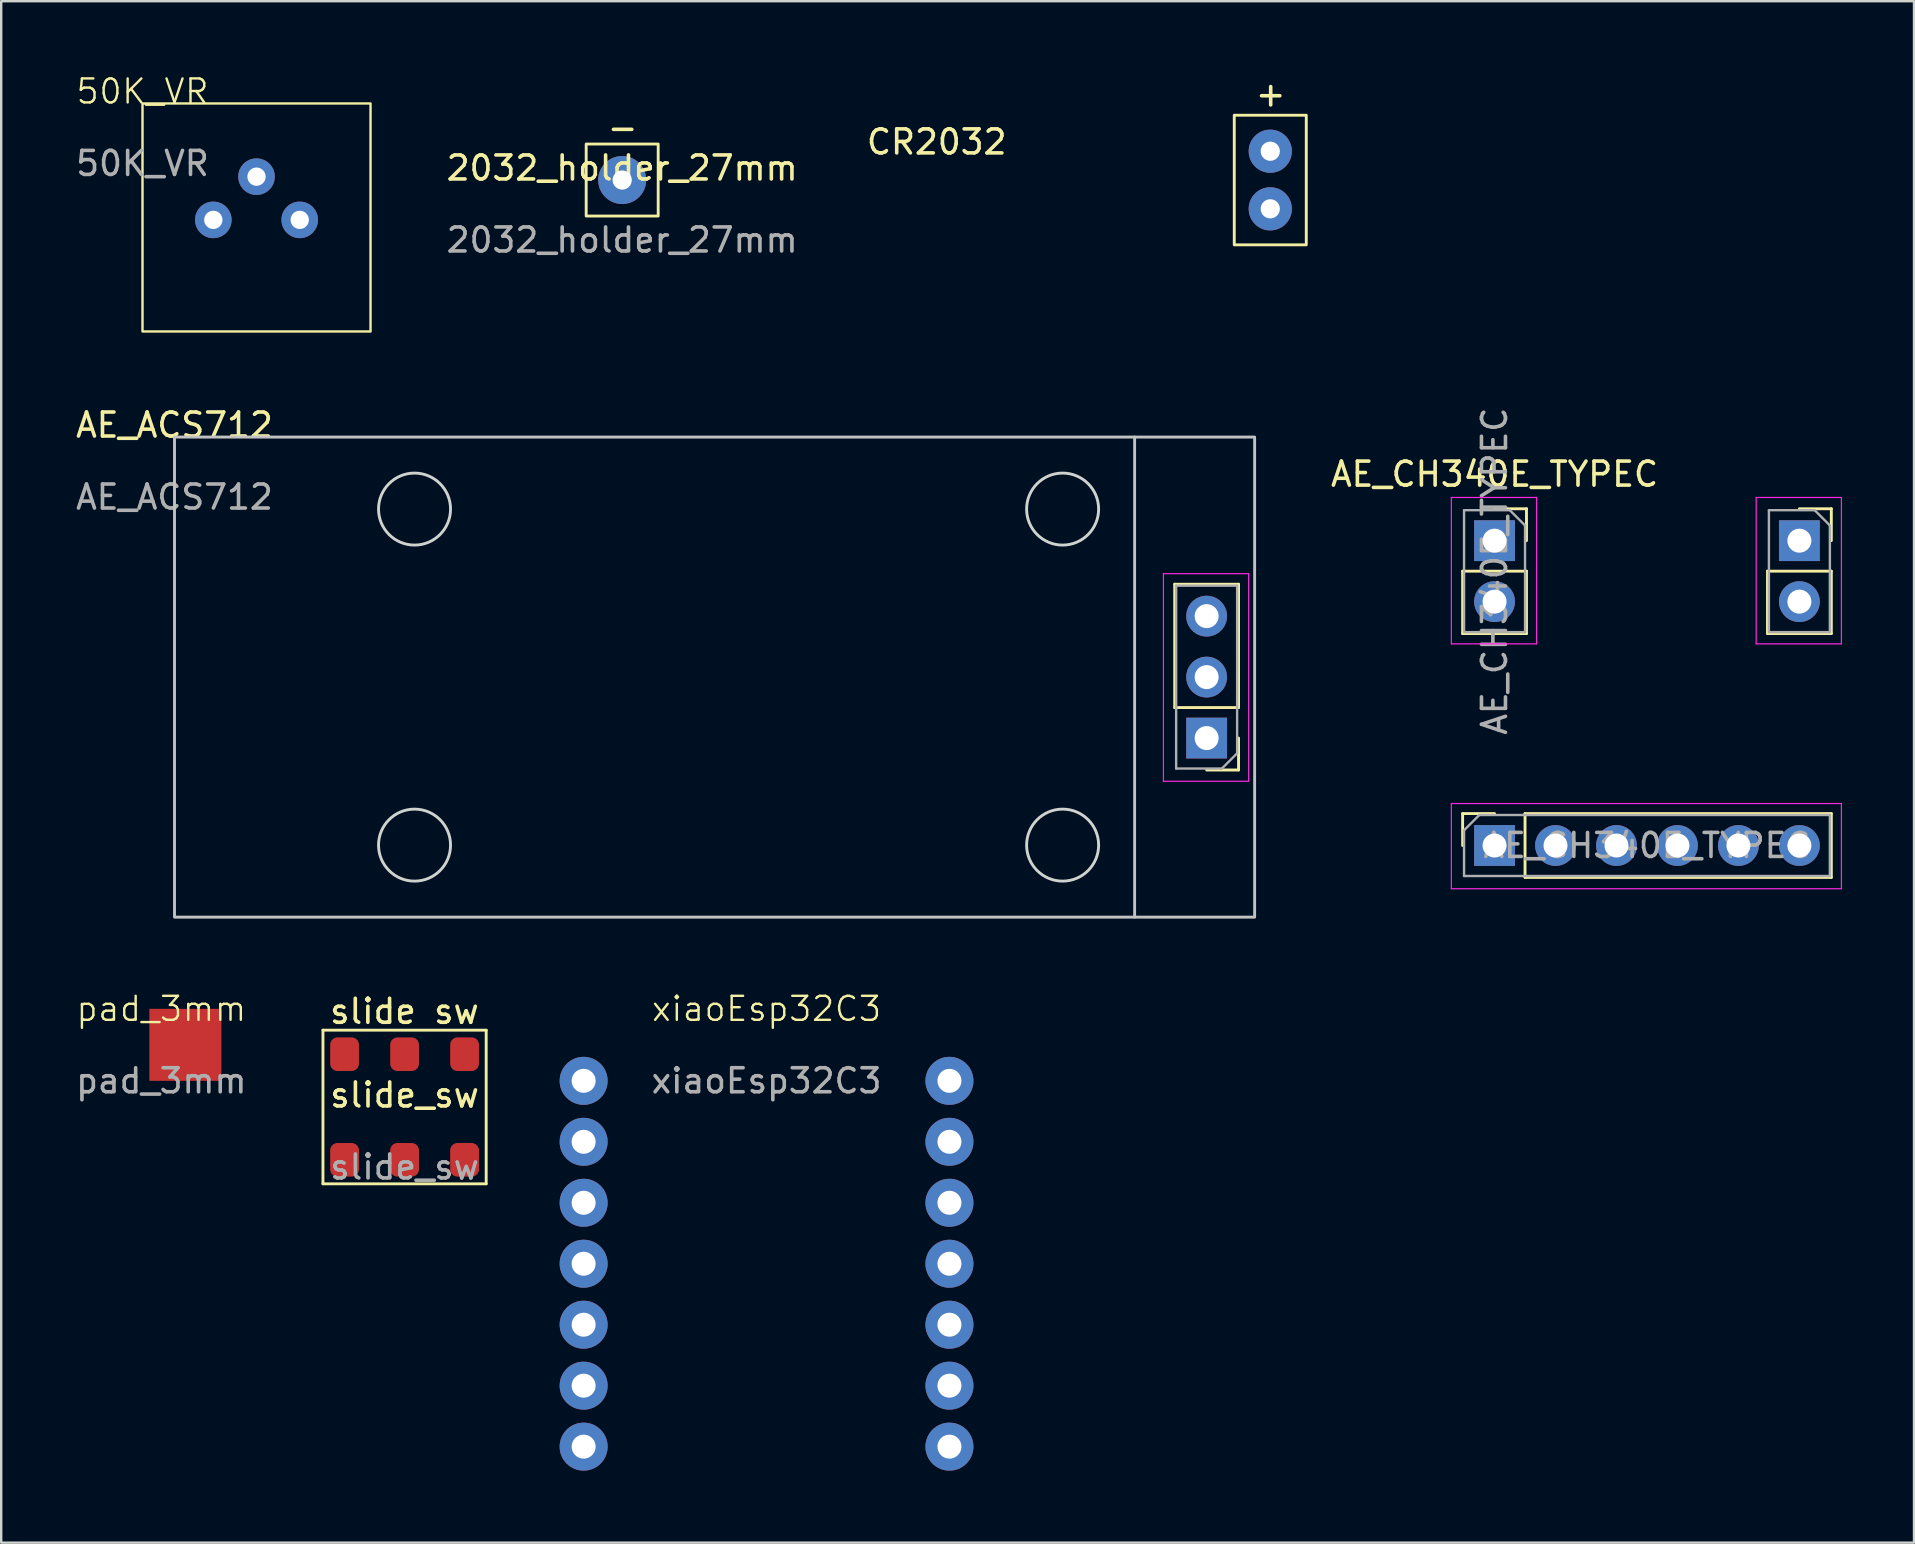
<source format=kicad_pcb>
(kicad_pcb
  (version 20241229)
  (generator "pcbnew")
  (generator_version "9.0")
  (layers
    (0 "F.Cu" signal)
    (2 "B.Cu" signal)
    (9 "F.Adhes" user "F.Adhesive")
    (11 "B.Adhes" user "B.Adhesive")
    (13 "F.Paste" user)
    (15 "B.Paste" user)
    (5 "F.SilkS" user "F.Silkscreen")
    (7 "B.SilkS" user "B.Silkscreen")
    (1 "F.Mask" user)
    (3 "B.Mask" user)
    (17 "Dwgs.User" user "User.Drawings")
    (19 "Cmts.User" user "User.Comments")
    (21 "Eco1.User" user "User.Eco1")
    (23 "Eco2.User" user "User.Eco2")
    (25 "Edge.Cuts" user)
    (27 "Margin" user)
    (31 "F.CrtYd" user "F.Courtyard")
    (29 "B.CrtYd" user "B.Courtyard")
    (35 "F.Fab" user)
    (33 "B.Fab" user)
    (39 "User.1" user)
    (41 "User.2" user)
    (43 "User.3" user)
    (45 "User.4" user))
  (footprint "AE_CH340E_TYPEC"
    (layer "F.Cu")
    (at 59.215 19.475)
    (property "Reference" "AE_CH340E_TYPEC" (at 0 -2.77 0) (layer "F.SilkS") (effects (font (size 1 1) (thickness 0.15))))
    (attr through_hole)
    (fp_line (start -1.33 1.27) (end -1.33 3.87) (stroke (width 0.12) (type solid)) (layer "F.SilkS"))
    (fp_line (start -1.33 1.27) (end 1.33 1.27) (stroke (width 0.12) (type solid)) (layer "F.SilkS"))
    (fp_line (start -1.33 3.87) (end 1.33 3.87) (stroke (width 0.12) (type solid)) (layer "F.SilkS"))
    (fp_line (start -1.33 11.37) (end 0 11.37) (stroke (width 0.12) (type solid)) (layer "F.SilkS"))
    (fp_line (start -1.33 12.7) (end -1.33 11.37) (stroke (width 0.12) (type solid)) (layer "F.SilkS"))
    (fp_line (start 0 -1.33) (end 1.33 -1.33) (stroke (width 0.12) (type solid)) (layer "F.SilkS"))
    (fp_line (start 1.27 11.37) (end 14.03 11.37) (stroke (width 0.12) (type solid)) (layer "F.SilkS"))
    (fp_line (start 1.27 14.03) (end 1.27 11.37) (stroke (width 0.12) (type solid)) (layer "F.SilkS"))
    (fp_line (start 1.27 14.03) (end 14.03 14.03) (stroke (width 0.12) (type solid)) (layer "F.SilkS"))
    (fp_line (start 1.33 -1.33) (end 1.33 0) (stroke (width 0.12) (type solid)) (layer "F.SilkS"))
    (fp_line (start 1.33 1.27) (end 1.33 3.87) (stroke (width 0.12) (type solid)) (layer "F.SilkS"))
    (fp_line (start 11.37 1.27) (end 11.37 3.87) (stroke (width 0.12) (type solid)) (layer "F.SilkS"))
    (fp_line (start 11.37 1.27) (end 14.03 1.27) (stroke (width 0.12) (type solid)) (layer "F.SilkS"))
    (fp_line (start 11.37 3.87) (end 14.03 3.87) (stroke (width 0.12) (type solid)) (layer "F.SilkS"))
    (fp_line (start 12.7 -1.33) (end 14.03 -1.33) (stroke (width 0.12) (type solid)) (layer "F.SilkS"))
    (fp_line (start 14.03 -1.33) (end 14.03 0) (stroke (width 0.12) (type solid)) (layer "F.SilkS"))
    (fp_line (start 14.03 1.27) (end 14.03 3.87) (stroke (width 0.12) (type solid)) (layer "F.SilkS"))
    (fp_line (start 14.03 14.03) (end 14.03 11.37) (stroke (width 0.12) (type solid)) (layer "F.SilkS"))
    (fp_line (start -1.8 -1.8) (end 1.75 -1.8) (stroke (width 0.05) (type solid)) (layer "F.CrtYd"))
    (fp_line (start -1.8 4.3) (end -1.8 -1.8) (stroke (width 0.05) (type solid)) (layer "F.CrtYd"))
    (fp_line (start -1.8 10.95) (end 14.45 10.95) (stroke (width 0.05) (type solid)) (layer "F.CrtYd"))
    (fp_line (start -1.8 14.5) (end -1.8 10.95) (stroke (width 0.05) (type solid)) (layer "F.CrtYd"))
    (fp_line (start 1.75 -1.8) (end 1.75 4.3) (stroke (width 0.05) (type solid)) (layer "F.CrtYd"))
    (fp_line (start 1.75 4.3) (end -1.8 4.3) (stroke (width 0.05) (type solid)) (layer "F.CrtYd"))
    (fp_line (start 10.9 -1.8) (end 14.45 -1.8) (stroke (width 0.05) (type solid)) (layer "F.CrtYd"))
    (fp_line (start 10.9 4.3) (end 10.9 -1.8) (stroke (width 0.05) (type solid)) (layer "F.CrtYd"))
    (fp_line (start 14.45 -1.8) (end 14.45 4.3) (stroke (width 0.05) (type solid)) (layer "F.CrtYd"))
    (fp_line (start 14.45 4.3) (end 10.9 4.3) (stroke (width 0.05) (type solid)) (layer "F.CrtYd"))
    (fp_line (start 14.45 10.95) (end 14.45 14.5) (stroke (width 0.05) (type solid)) (layer "F.CrtYd"))
    (fp_line (start 14.45 14.5) (end -1.8 14.5) (stroke (width 0.05) (type solid)) (layer "F.CrtYd"))
    (fp_line (start -1.27 -1.27) (end 0.635 -1.27) (stroke (width 0.1) (type solid)) (layer "F.Fab"))
    (fp_line (start -1.27 3.81) (end -1.27 -1.27) (stroke (width 0.1) (type solid)) (layer "F.Fab"))
    (fp_line (start -1.27 12.065) (end -0.635 11.43) (stroke (width 0.1) (type solid)) (layer "F.Fab"))
    (fp_line (start -1.27 13.97) (end -1.27 12.065) (stroke (width 0.1) (type solid)) (layer "F.Fab"))
    (fp_line (start -0.635 11.43) (end 13.97 11.43) (stroke (width 0.1) (type solid)) (layer "F.Fab"))
    (fp_line (start 0.635 -1.27) (end 1.27 -0.635) (stroke (width 0.1) (type solid)) (layer "F.Fab"))
    (fp_line (start 1.27 -0.635) (end 1.27 3.81) (stroke (width 0.1) (type solid)) (layer "F.Fab"))
    (fp_line (start 1.27 3.81) (end -1.27 3.81) (stroke (width 0.1) (type solid)) (layer "F.Fab"))
    (fp_line (start 11.43 -1.27) (end 13.335 -1.27) (stroke (width 0.1) (type solid)) (layer "F.Fab"))
    (fp_line (start 11.43 3.81) (end 11.43 -1.27) (stroke (width 0.1) (type solid)) (layer "F.Fab"))
    (fp_line (start 13.335 -1.27) (end 13.97 -0.635) (stroke (width 0.1) (type solid)) (layer "F.Fab"))
    (fp_line (start 13.97 -0.635) (end 13.97 3.81) (stroke (width 0.1) (type solid)) (layer "F.Fab"))
    (fp_line (start 13.97 3.81) (end 11.43 3.81) (stroke (width 0.1) (type solid)) (layer "F.Fab"))
    (fp_line (start 13.97 11.43) (end 13.97 13.97) (stroke (width 0.1) (type solid)) (layer "F.Fab"))
    (fp_line (start 13.97 13.97) (end -1.27 13.97) (stroke (width 0.1) (type solid)) (layer "F.Fab"))
    (fp_text user "${REFERENCE}" (at 0 1.27 90) (layer "F.Fab") (effects (font (size 1 1) (thickness 0.15))))
    (fp_text user "${REFERENCE}" (at 6.35 12.7 180) (layer "F.Fab") (effects (font (size 1 1) (thickness 0.15))))
    (pad "" thru_hole rect (at 0 0) (size 1.7 1.7) (drill 1) (layers "*.Cu" "*.Mask"))
    (pad "" thru_hole oval (at 0 2.54) (size 1.7 1.7) (drill 1) (layers "*.Cu" "*.Mask"))
    (pad "" thru_hole rect (at 12.7 0) (size 1.7 1.7) (drill 1) (layers "*.Cu" "*.Mask"))
    (pad "" thru_hole oval (at 12.7 2.54) (size 1.7 1.7) (drill 1) (layers "*.Cu" "*.Mask"))
    (pad "1" thru_hole rect (at 0 12.7 90) (size 1.7 1.7) (drill 1) (layers "*.Cu" "*.Mask"))
    (pad "2" thru_hole oval (at 2.54 12.7 90) (size 1.7 1.7) (drill 1) (layers "*.Cu" "*.Mask"))
    (pad "3" thru_hole oval (at 5.08 12.7 90) (size 1.7 1.7) (drill 1) (layers "*.Cu" "*.Mask"))
    (pad "4" thru_hole oval (at 7.62 12.7 90) (size 1.7 1.7) (drill 1) (layers "*.Cu" "*.Mask"))
    (pad "5" thru_hole oval (at 10.16 12.7 90) (size 1.7 1.7) (drill 1) (layers "*.Cu" "*.Mask"))
    (pad "6" thru_hole oval (at 12.7 12.7 90) (size 1.7 1.7) (drill 1) (layers "*.Cu" "*.Mask")))
  (footprint "xiaoEsp32C3"
    (layer "F.Cu")
    (at 28.885 49.599)
    (property "Reference" "xiaoEsp32C3" (at 0 -10.62 0) (unlocked yes) (layer "F.SilkS") (effects (font (size 1 1) (thickness 0.1))))
    (attr smd)
    (fp_text user "${REFERENCE}" (at 0 -7.62 0) (unlocked yes) (layer "F.Fab") (effects (font (size 1 1) (thickness 0.15))))
    (pad "1" thru_hole circle (at -7.62 -7.62) (size 2 2) (drill 1) (layers "*.Cu" "*.Mask"))
    (pad "2" thru_hole circle (at -7.62 -5.08) (size 2 2) (drill 1) (layers "*.Cu" "*.Mask"))
    (pad "3" thru_hole circle (at -7.62 -2.54) (size 2 2) (drill 1) (layers "*.Cu" "*.Mask"))
    (pad "4" thru_hole circle (at -7.62 0) (size 2 2) (drill 1) (layers "*.Cu" "*.Mask"))
    (pad "5" thru_hole circle (at -7.62 2.54) (size 2 2) (drill 1) (layers "*.Cu" "*.Mask"))
    (pad "6" thru_hole circle (at -7.62 5.08) (size 2 2) (drill 1) (layers "*.Cu" "*.Mask"))
    (pad "7" thru_hole circle (at -7.62 7.62) (size 2 2) (drill 1) (layers "*.Cu" "*.Mask"))
    (pad "8" thru_hole circle (at 7.62 7.62) (size 2 2) (drill 1) (layers "*.Cu" "*.Mask"))
    (pad "9" thru_hole circle (at 7.62 5.08) (size 2 2) (drill 1) (layers "*.Cu" "*.Mask"))
    (pad "10" thru_hole circle (at 7.62 2.54) (size 2 2) (drill 1) (layers "*.Cu" "*.Mask"))
    (pad "11" thru_hole circle (at 7.62 0) (size 2 2) (drill 1) (layers "*.Cu" "*.Mask"))
    (pad "12" thru_hole circle (at 7.62 -2.54) (size 2 2) (drill 1) (layers "*.Cu" "*.Mask"))
    (pad "13" thru_hole circle (at 7.62 -5.08) (size 2 2) (drill 1) (layers "*.Cu" "*.Mask"))
    (pad "14" thru_hole circle (at 7.62 -7.62) (size 2 2) (drill 1) (layers "*.Cu" "*.Mask")))
  (footprint "slide_sw"
    (layer "F.Cu")
    (at 13.805 43.069)
    (property "Reference" "slide_sw" (at 0 -0.5 0) (unlocked yes) (layer "F.SilkS") (effects (font (size 1 1) (thickness 0.15))))
    (attr smd)
    (fp_line (start -3.4 -3.2) (end -3.4 3.2) (stroke (width 0.12) (type default)) (layer "F.SilkS"))
    (fp_line (start -3.4 3.2) (end 3.4 3.2) (stroke (width 0.12) (type default)) (layer "F.SilkS"))
    (fp_line (start 3.4 -3.2) (end -3.4 -3.2) (stroke (width 0.12) (type default)) (layer "F.SilkS"))
    (fp_line (start 3.4 3.2) (end 3.4 -3.2) (stroke (width 0.12) (type default)) (layer "F.SilkS"))
    (fp_text user "slide sw" (at -3.2 -3.4 0) (unlocked yes) (layer "F.SilkS") (effects (font (size 1 1) (thickness 0.15)) (justify left bottom)))
    (fp_text user "${REFERENCE}" (at 0 2.5 0) (unlocked yes) (layer "F.Fab") (effects (font (size 1 1) (thickness 0.15))))
    (pad "1" smd roundrect (at -2.5 -2.2) (size 1.2 1.4) (layers "F.Cu" "F.Mask" "F.Paste") (roundrect_rratio 0.25))
    (pad "2" smd roundrect (at 0 -2.2) (size 1.2 1.4) (layers "F.Cu" "F.Mask" "F.Paste") (roundrect_rratio 0.25))
    (pad "3" smd roundrect (at 2.5 -2.2) (size 1.2 1.4) (layers "F.Cu" "F.Mask" "F.Paste") (roundrect_rratio 0.25))
    (pad "4" smd roundrect (at -2.5 2.2) (size 1.2 1.4) (layers "F.Cu" "F.Mask" "F.Paste") (roundrect_rratio 0.25))
    (pad "5" smd roundrect (at 0 2.2) (size 1.2 1.4) (layers "F.Cu" "F.Mask" "F.Paste") (roundrect_rratio 0.25))
    (pad "6" smd roundrect (at 2.5 2.2) (size 1.2 1.4) (layers "F.Cu" "F.Mask" "F.Paste") (roundrect_rratio 0.25)))
  (footprint "AE_ACS712"
    (layer "F.Cu")
    (at 4.22 15.159)
    (property "Reference" "AE_ACS712" (at 0 -0.5 0) (unlocked yes) (layer "F.SilkS") (effects (font (size 1 1) (thickness 0.15))))
    (attr through_hole)
    (fp_line (start 41.67 6.13) (end 44.33 6.13) (stroke (width 0.12) (type solid)) (layer "F.SilkS"))
    (fp_line (start 41.67 11.27) (end 41.67 6.13) (stroke (width 0.12) (type solid)) (layer "F.SilkS"))
    (fp_line (start 41.67 11.27) (end 44.33 11.27) (stroke (width 0.12) (type solid)) (layer "F.SilkS"))
    (fp_line (start 43 13.87) (end 44.33 13.87) (stroke (width 0.12) (type solid)) (layer "F.SilkS"))
    (fp_line (start 44.33 11.27) (end 44.33 6.13) (stroke (width 0.12) (type solid)) (layer "F.SilkS"))
    (fp_line (start 44.33 13.87) (end 44.33 12.54) (stroke (width 0.12) (type solid)) (layer "F.SilkS"))
    (fp_line (start 40 0) (end 40 20) (stroke (width 0.12) (type default)) (layer "Dwgs.User"))
    (fp_rect (start 0 0) (end 45 20) (stroke (width 0.12) (type default)) (fill no) (layer "Dwgs.User"))
    (fp_circle (center 10 3) (end 11.5 3) (stroke (width 0.12) (type default)) (fill no) (layer "Edge.Cuts"))
    (fp_circle (center 10 17) (end 10 18.5) (stroke (width 0.12) (type default)) (fill no) (layer "Edge.Cuts"))
    (fp_circle (center 37 3) (end 37 4.5) (stroke (width 0.12) (type default)) (fill no) (layer "Edge.Cuts"))
    (fp_circle (center 37 17) (end 37 18.5) (stroke (width 0.12) (type default)) (fill no) (layer "Edge.Cuts"))
    (fp_line (start 41.2 5.69) (end 41.2 14.34) (stroke (width 0.05) (type solid)) (layer "F.CrtYd"))
    (fp_line (start 41.2 14.34) (end 44.75 14.34) (stroke (width 0.05) (type solid)) (layer "F.CrtYd"))
    (fp_line (start 44.75 5.69) (end 41.2 5.69) (stroke (width 0.05) (type solid)) (layer "F.CrtYd"))
    (fp_line (start 44.75 14.34) (end 44.75 5.69) (stroke (width 0.05) (type solid)) (layer "F.CrtYd"))
    (fp_line (start 41.73 6.19) (end 41.73 13.81) (stroke (width 0.1) (type solid)) (layer "F.Fab"))
    (fp_line (start 41.73 13.81) (end 43.635 13.81) (stroke (width 0.1) (type solid)) (layer "F.Fab"))
    (fp_line (start 43.635 13.81) (end 44.27 13.175) (stroke (width 0.1) (type solid)) (layer "F.Fab"))
    (fp_line (start 44.27 6.19) (end 41.73 6.19) (stroke (width 0.1) (type solid)) (layer "F.Fab"))
    (fp_line (start 44.27 13.175) (end 44.27 6.19) (stroke (width 0.1) (type solid)) (layer "F.Fab"))
    (fp_text user "${REFERENCE}" (at 0 2.5 0) (unlocked yes) (layer "F.Fab") (effects (font (size 1 1) (thickness 0.15))))
    (pad "1" thru_hole rect (at 43 12.54) (size 1.7 1.7) (drill 1) (layers "*.Cu" "*.Mask"))
    (pad "2" thru_hole oval (at 43 10) (size 1.7 1.7) (drill 1) (layers "*.Cu" "*.Mask"))
    (pad "3" thru_hole oval (at 43 7.46) (size 1.7 1.7) (drill 1) (layers "*.Cu" "*.Mask")))
  (footprint "2032_holder_27mm"
    (layer "F.Cu")
    (at 22.871 4.45)
    (property "Reference" "2032_holder_27mm" (at 0 -0.5 0) (unlocked yes) (layer "F.SilkS") (effects (font (size 1 1) (thickness 0.15))))
    (attr smd)
    (fp_rect (start -1.5 -1.5) (end 1.5 1.5) (stroke (width 0.12) (type default)) (fill no) (layer "F.SilkS"))
    (fp_rect (start 25.5 -2.7) (end 28.5 2.7) (stroke (width 0.12) (type default)) (fill no) (layer "F.SilkS"))
    (fp_text user "+" (at 26.3 -3 0) (unlocked yes) (layer "F.SilkS") (effects (font (size 1 1) (thickness 0.15)) (justify left bottom)))
    (fp_text user "CR2032" (at 10.1 -1 0) (unlocked yes) (layer "F.SilkS") (effects (font (size 1 1) (thickness 0.15)) (justify left bottom)))
    (fp_text user "-" (at -0.7 -1.6 0) (unlocked yes) (layer "F.SilkS") (effects (font (size 1 1) (thickness 0.15)) (justify left bottom)))
    (fp_text user "${REFERENCE}" (at 0 2.5 0) (unlocked yes) (layer "F.Fab") (effects (font (size 1 1) (thickness 0.15))))
    (pad "+" thru_hole circle (at 27 -1.2) (size 1.8 1.8) (drill 0.8) (layers "*.Cu" "*.Mask"))
    (pad "+" thru_hole circle (at 27 1.2) (size 1.8 1.8) (drill 0.8) (layers "*.Cu" "*.Mask"))
    (pad "GND" thru_hole circle (at 0 0) (size 2 2) (drill 0.8) (layers "*.Cu" "*.Mask")))
  (footprint "50K_VR"
    (layer "F.Cu")
    (at 2.887 1.26)
    (property "Reference" "50K_VR" (at 0 -0.5 0) (unlocked yes) (layer "F.SilkS") (effects (font (size 1 1) (thickness 0.1))))
    (attr through_hole)
    (fp_rect (start 0 0) (end 9.5 9.5) (stroke (width 0.1) (type default)) (fill no) (layer "F.SilkS"))
    (fp_text user "${REFERENCE}" (at 0 2.5 0) (unlocked yes) (layer "F.Fab") (effects (font (size 1 1) (thickness 0.15))))
    (pad "1" thru_hole circle (at 2.95 4.85) (size 1.524 1.524) (drill 0.762) (layers "*.Cu" "*.Mask"))
    (pad "2" thru_hole circle (at 4.75 3.05) (size 1.524 1.524) (drill 0.762) (layers "*.Cu" "*.Mask"))
    (pad "3" thru_hole circle (at 6.55 4.85) (size 1.524 1.524) (drill 0.762) (layers "*.Cu" "*.Mask")))
  (footprint "pad_3mm"
    (layer "F.Cu")
    (at 3.673 39.479)
    (property "Reference" "pad_3mm" (at 0 -0.5 0) (unlocked yes) (layer "F.SilkS") (effects (font (size 1 1) (thickness 0.1))))
    (attr smd)
    (fp_text user "${REFERENCE}" (at 0 2.5 0) (unlocked yes) (layer "F.Fab") (effects (font (size 1 1) (thickness 0.15))))
    (pad "1" smd rect (at 1 1) (size 3 3) (layers "F.Cu" "F.Mask" "F.Paste")))
  (gr_rect
    (start -3 -3)
    (end 76.69 61.219)
    (stroke (width 0.1) (type default))
    (fill no)
    (layer "Edge.Cuts")))
</source>
